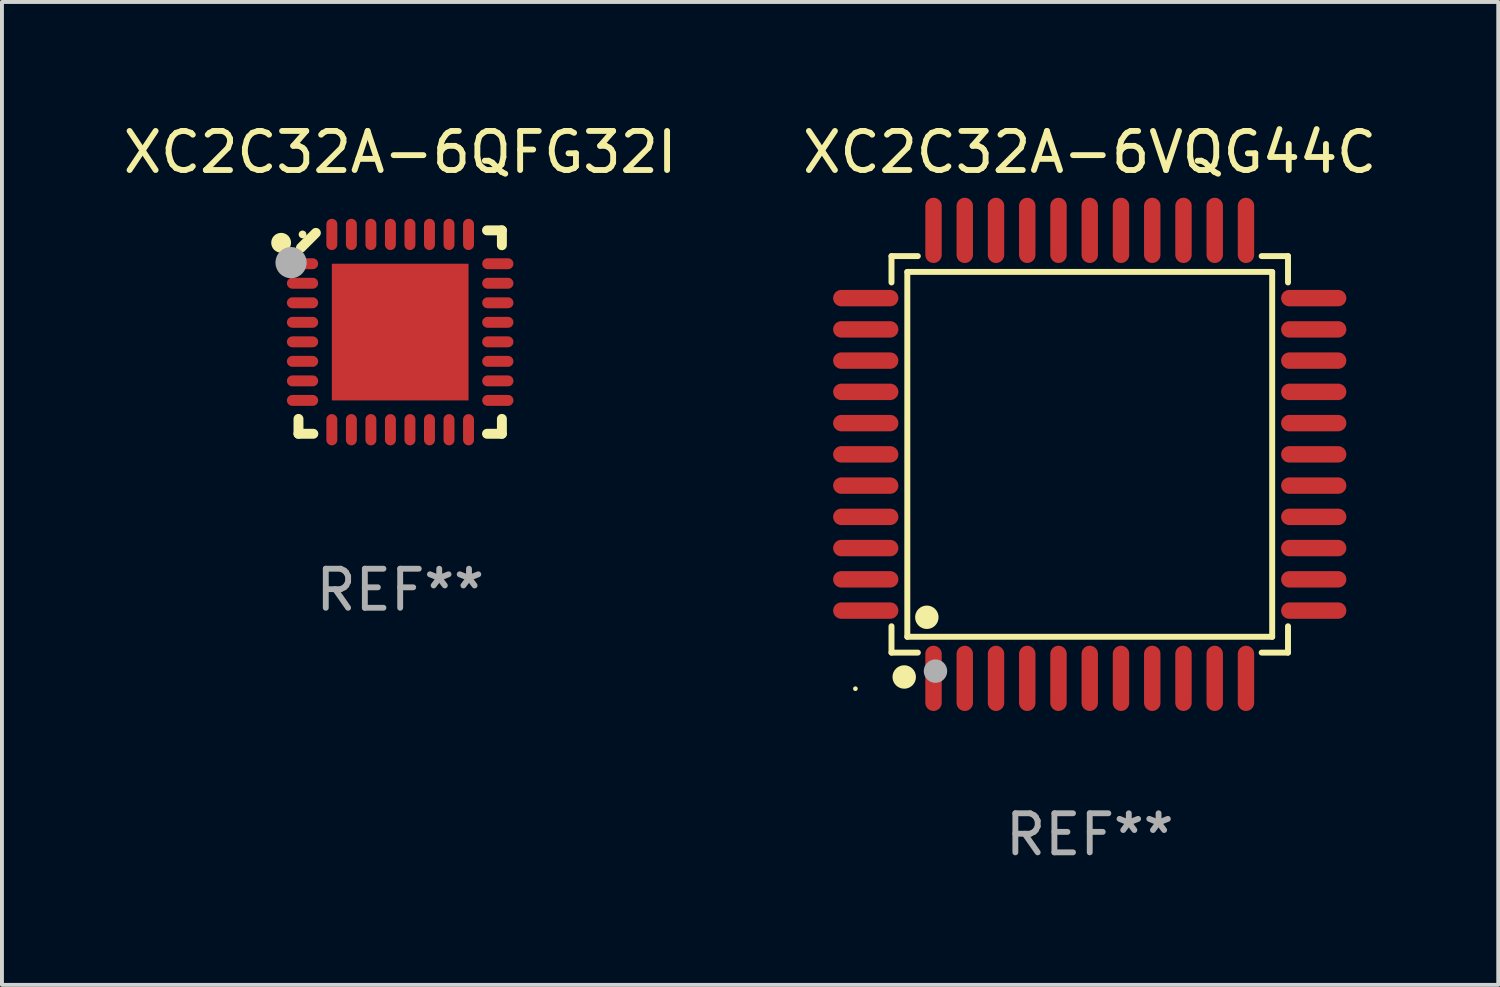
<source format=kicad_pcb>
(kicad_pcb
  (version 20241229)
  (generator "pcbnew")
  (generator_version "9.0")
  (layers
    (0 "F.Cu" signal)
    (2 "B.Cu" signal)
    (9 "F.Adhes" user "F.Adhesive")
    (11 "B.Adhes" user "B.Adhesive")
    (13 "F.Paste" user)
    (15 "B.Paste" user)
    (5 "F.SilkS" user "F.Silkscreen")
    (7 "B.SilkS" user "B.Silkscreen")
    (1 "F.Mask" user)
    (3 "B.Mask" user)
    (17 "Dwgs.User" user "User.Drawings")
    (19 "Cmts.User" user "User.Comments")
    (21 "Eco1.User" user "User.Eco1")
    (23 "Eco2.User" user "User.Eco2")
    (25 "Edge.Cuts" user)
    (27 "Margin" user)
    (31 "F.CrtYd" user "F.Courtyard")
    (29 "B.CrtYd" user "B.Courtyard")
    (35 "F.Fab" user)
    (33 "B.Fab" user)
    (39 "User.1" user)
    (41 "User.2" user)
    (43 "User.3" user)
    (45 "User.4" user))
  (footprint "XC2C32A-6VQG44C"
    (layer "F.Cu")
    (at 24.851 8.583)
    (property "Reference" "XC2C32A-6VQG44C" (at 0 -7.735 0) (layer "F.SilkS") (effects (font (size 1 1) (thickness 0.15))))
    (attr through_hole)
    (fp_line (start -5.076 -5.076) (end -4.401 -5.076) (stroke (width 0.152) (type solid)) (layer "F.SilkS"))
    (fp_line (start -5.076 -4.401) (end -5.076 -5.076) (stroke (width 0.152) (type solid)) (layer "F.SilkS"))
    (fp_line (start -5.076 4.401) (end -5.076 5.076) (stroke (width 0.152) (type solid)) (layer "F.SilkS"))
    (fp_line (start -5.076 5.076) (end -4.401 5.076) (stroke (width 0.152) (type solid)) (layer "F.SilkS"))
    (fp_line (start -4.671 -4.671) (end 4.671 -4.671) (stroke (width 0.152) (type solid)) (layer "F.SilkS"))
    (fp_line (start -4.671 4.671) (end -4.671 -4.671) (stroke (width 0.152) (type solid)) (layer "F.SilkS"))
    (fp_line (start 4.671 -4.671) (end 4.671 4.671) (stroke (width 0.152) (type solid)) (layer "F.SilkS"))
    (fp_line (start 4.671 4.671) (end -4.671 4.671) (stroke (width 0.152) (type solid)) (layer "F.SilkS"))
    (fp_line (start 5.076 -5.076) (end 4.401 -5.076) (stroke (width 0.152) (type solid)) (layer "F.SilkS"))
    (fp_line (start 5.076 -4.401) (end 5.076 -5.076) (stroke (width 0.152) (type solid)) (layer "F.SilkS"))
    (fp_line (start 5.076 4.401) (end 5.076 5.076) (stroke (width 0.152) (type solid)) (layer "F.SilkS"))
    (fp_line (start 5.076 5.076) (end 4.401 5.076) (stroke (width 0.152) (type solid)) (layer "F.SilkS"))
    (fp_circle (center -6 6) (end -5.97 6) (stroke (width 0.06) (type solid)) (fill no) (layer "F.SilkS"))
    (fp_circle (center -4.75 5.7) (end -4.6 5.7) (stroke (width 0.3) (type solid)) (fill no) (layer "F.SilkS"))
    (fp_circle (center -4.171 4.171) (end -4.021 4.171) (stroke (width 0.3) (type solid)) (fill no) (layer "F.SilkS"))
    (fp_circle (center -3.95 5.55) (end -3.8 5.55) (stroke (width 0.3) (type solid)) (fill no) (layer "F.Fab"))
    (fp_text user "REF**" (at 0 9.735 0) (layer "F.Fab") (effects (font (size 1 1) (thickness 0.15))))
    (pad "1" smd oval (at -4 5.735) (size 0.42 1.67) (layers "F.Cu" "F.Mask" "F.Paste"))
    (pad "2" smd oval (at -3.2 5.735) (size 0.42 1.67) (layers "F.Cu" "F.Mask" "F.Paste"))
    (pad "3" smd oval (at -2.4 5.735) (size 0.42 1.67) (layers "F.Cu" "F.Mask" "F.Paste"))
    (pad "4" smd oval (at -1.6 5.735) (size 0.42 1.67) (layers "F.Cu" "F.Mask" "F.Paste"))
    (pad "5" smd oval (at -0.8 5.735) (size 0.42 1.67) (layers "F.Cu" "F.Mask" "F.Paste"))
    (pad "6" smd oval (at 0 5.735) (size 0.42 1.67) (layers "F.Cu" "F.Mask" "F.Paste"))
    (pad "7" smd oval (at 0.8 5.735) (size 0.42 1.67) (layers "F.Cu" "F.Mask" "F.Paste"))
    (pad "8" smd oval (at 1.6 5.735) (size 0.42 1.67) (layers "F.Cu" "F.Mask" "F.Paste"))
    (pad "9" smd oval (at 2.4 5.735) (size 0.42 1.67) (layers "F.Cu" "F.Mask" "F.Paste"))
    (pad "10" smd oval (at 3.2 5.735) (size 0.42 1.67) (layers "F.Cu" "F.Mask" "F.Paste"))
    (pad "11" smd oval (at 4 5.735) (size 0.42 1.67) (layers "F.Cu" "F.Mask" "F.Paste"))
    (pad "12" smd oval (at 5.735 4) (size 1.67 0.42) (layers "F.Cu" "F.Mask" "F.Paste"))
    (pad "13" smd oval (at 5.735 3.2) (size 1.67 0.42) (layers "F.Cu" "F.Mask" "F.Paste"))
    (pad "14" smd oval (at 5.735 2.4) (size 1.67 0.42) (layers "F.Cu" "F.Mask" "F.Paste"))
    (pad "15" smd oval (at 5.735 1.6) (size 1.67 0.42) (layers "F.Cu" "F.Mask" "F.Paste"))
    (pad "16" smd oval (at 5.735 0.8) (size 1.67 0.42) (layers "F.Cu" "F.Mask" "F.Paste"))
    (pad "17" smd oval (at 5.735 0) (size 1.67 0.42) (layers "F.Cu" "F.Mask" "F.Paste"))
    (pad "18" smd oval (at 5.735 -0.8) (size 1.67 0.42) (layers "F.Cu" "F.Mask" "F.Paste"))
    (pad "19" smd oval (at 5.735 -1.6) (size 1.67 0.42) (layers "F.Cu" "F.Mask" "F.Paste"))
    (pad "20" smd oval (at 5.735 -2.4) (size 1.67 0.42) (layers "F.Cu" "F.Mask" "F.Paste"))
    (pad "21" smd oval (at 5.735 -3.2) (size 1.67 0.42) (layers "F.Cu" "F.Mask" "F.Paste"))
    (pad "22" smd oval (at 5.735 -4) (size 1.67 0.42) (layers "F.Cu" "F.Mask" "F.Paste"))
    (pad "23" smd oval (at 4 -5.735) (size 0.42 1.67) (layers "F.Cu" "F.Mask" "F.Paste"))
    (pad "24" smd oval (at 3.2 -5.735) (size 0.42 1.67) (layers "F.Cu" "F.Mask" "F.Paste"))
    (pad "25" smd oval (at 2.4 -5.735) (size 0.42 1.67) (layers "F.Cu" "F.Mask" "F.Paste"))
    (pad "26" smd oval (at 1.6 -5.735) (size 0.42 1.67) (layers "F.Cu" "F.Mask" "F.Paste"))
    (pad "27" smd oval (at 0.8 -5.735) (size 0.42 1.67) (layers "F.Cu" "F.Mask" "F.Paste"))
    (pad "28" smd oval (at 0 -5.735) (size 0.42 1.67) (layers "F.Cu" "F.Mask" "F.Paste"))
    (pad "29" smd oval (at -0.8 -5.735) (size 0.42 1.67) (layers "F.Cu" "F.Mask" "F.Paste"))
    (pad "30" smd oval (at -1.6 -5.735) (size 0.42 1.67) (layers "F.Cu" "F.Mask" "F.Paste"))
    (pad "31" smd oval (at -2.4 -5.735) (size 0.42 1.67) (layers "F.Cu" "F.Mask" "F.Paste"))
    (pad "32" smd oval (at -3.2 -5.735) (size 0.42 1.67) (layers "F.Cu" "F.Mask" "F.Paste"))
    (pad "33" smd oval (at -4 -5.735) (size 0.42 1.67) (layers "F.Cu" "F.Mask" "F.Paste"))
    (pad "34" smd oval (at -5.735 -4) (size 1.67 0.42) (layers "F.Cu" "F.Mask" "F.Paste"))
    (pad "35" smd oval (at -5.735 -3.2) (size 1.67 0.42) (layers "F.Cu" "F.Mask" "F.Paste"))
    (pad "36" smd oval (at -5.735 -2.4) (size 1.67 0.42) (layers "F.Cu" "F.Mask" "F.Paste"))
    (pad "37" smd oval (at -5.735 -1.6) (size 1.67 0.42) (layers "F.Cu" "F.Mask" "F.Paste"))
    (pad "38" smd oval (at -5.735 -0.8) (size 1.67 0.42) (layers "F.Cu" "F.Mask" "F.Paste"))
    (pad "39" smd oval (at -5.735 0) (size 1.67 0.42) (layers "F.Cu" "F.Mask" "F.Paste"))
    (pad "40" smd oval (at -5.735 0.8) (size 1.67 0.42) (layers "F.Cu" "F.Mask" "F.Paste"))
    (pad "41" smd oval (at -5.735 1.6) (size 1.67 0.42) (layers "F.Cu" "F.Mask" "F.Paste"))
    (pad "42" smd oval (at -5.735 2.4) (size 1.67 0.42) (layers "F.Cu" "F.Mask" "F.Paste"))
    (pad "43" smd oval (at -5.735 3.2) (size 1.67 0.42) (layers "F.Cu" "F.Mask" "F.Paste"))
    (pad "44" smd oval (at -5.735 4) (size 1.67 0.42) (layers "F.Cu" "F.Mask" "F.Paste")))
  (footprint "XC2C32A-6QFG32I"
    (layer "F.Cu")
    (at 7.196 5.452)
    (property "Reference" "XC2C32A-6QFG32I" (at 0 -4.604 0) (layer "F.SilkS") (effects (font (size 1 1) (thickness 0.15))))
    (attr through_hole)
    (fp_line (start -2.604 2.223) (end -2.604 2.604) (stroke (width 0.254) (type solid)) (layer "F.SilkS"))
    (fp_line (start -2.604 2.604) (end -2.223 2.604) (stroke (width 0.254) (type solid)) (layer "F.SilkS"))
    (fp_line (start -2.159 -2.54) (end -2.54 -2.159) (stroke (width 0.254) (type solid)) (layer "F.SilkS"))
    (fp_line (start 2.223 2.604) (end 2.604 2.604) (stroke (width 0.254) (type solid)) (layer "F.SilkS"))
    (fp_line (start 2.604 -2.604) (end 2.223 -2.604) (stroke (width 0.254) (type solid)) (layer "F.SilkS"))
    (fp_line (start 2.604 -2.223) (end 2.604 -2.604) (stroke (width 0.254) (type solid)) (layer "F.SilkS"))
    (fp_line (start 2.604 2.604) (end 2.604 2.223) (stroke (width 0.254) (type solid)) (layer "F.SilkS"))
    (fp_circle (center -3.048 -2.286) (end -2.921 -2.286) (stroke (width 0.254) (type solid)) (fill no) (layer "F.SilkS"))
    (fp_circle (center -2.5 -2.5) (end -2.45 -2.5) (stroke (width 0.1) (type solid)) (fill no) (layer "F.SilkS"))
    (fp_circle (center -2.794 -1.778) (end -2.594 -1.778) (stroke (width 0.4) (type solid)) (fill no) (layer "F.Fab"))
    (fp_text user "REF**" (at 0 6.604 0) (layer "F.Fab") (effects (font (size 1 1) (thickness 0.15))))
    (pad "1" smd oval (at -2.5 -1.75) (size 0.8 0.28) (layers "F.Cu" "F.Mask" "F.Paste"))
    (pad "2" smd oval (at -2.5 -1.25) (size 0.8 0.28) (layers "F.Cu" "F.Mask" "F.Paste"))
    (pad "3" smd oval (at -2.5 -0.75) (size 0.8 0.28) (layers "F.Cu" "F.Mask" "F.Paste"))
    (pad "4" smd oval (at -2.5 -0.25) (size 0.8 0.28) (layers "F.Cu" "F.Mask" "F.Paste"))
    (pad "5" smd oval (at -2.5 0.25) (size 0.8 0.28) (layers "F.Cu" "F.Mask" "F.Paste"))
    (pad "6" smd oval (at -2.5 0.75) (size 0.8 0.28) (layers "F.Cu" "F.Mask" "F.Paste"))
    (pad "7" smd oval (at -2.5 1.25) (size 0.8 0.28) (layers "F.Cu" "F.Mask" "F.Paste"))
    (pad "8" smd oval (at -2.5 1.75) (size 0.8 0.28) (layers "F.Cu" "F.Mask" "F.Paste"))
    (pad "9" smd oval (at -1.75 2.5) (size 0.28 0.8) (layers "F.Cu" "F.Mask" "F.Paste"))
    (pad "10" smd oval (at -1.25 2.5) (size 0.28 0.8) (layers "F.Cu" "F.Mask" "F.Paste"))
    (pad "11" smd oval (at -0.75 2.5) (size 0.28 0.8) (layers "F.Cu" "F.Mask" "F.Paste"))
    (pad "12" smd oval (at -0.25 2.5) (size 0.28 0.8) (layers "F.Cu" "F.Mask" "F.Paste"))
    (pad "13" smd oval (at 0.25 2.5) (size 0.28 0.8) (layers "F.Cu" "F.Mask" "F.Paste"))
    (pad "14" smd oval (at 0.75 2.5) (size 0.28 0.8) (layers "F.Cu" "F.Mask" "F.Paste"))
    (pad "15" smd oval (at 1.25 2.5) (size 0.28 0.8) (layers "F.Cu" "F.Mask" "F.Paste"))
    (pad "16" smd oval (at 1.75 2.5) (size 0.28 0.8) (layers "F.Cu" "F.Mask" "F.Paste"))
    (pad "17" smd oval (at 2.5 1.75) (size 0.8 0.28) (layers "F.Cu" "F.Mask" "F.Paste"))
    (pad "18" smd oval (at 2.5 1.25) (size 0.8 0.28) (layers "F.Cu" "F.Mask" "F.Paste"))
    (pad "19" smd oval (at 2.5 0.75) (size 0.8 0.28) (layers "F.Cu" "F.Mask" "F.Paste"))
    (pad "20" smd oval (at 2.5 0.25) (size 0.8 0.28) (layers "F.Cu" "F.Mask" "F.Paste"))
    (pad "21" smd oval (at 2.5 -0.25) (size 0.8 0.28) (layers "F.Cu" "F.Mask" "F.Paste"))
    (pad "22" smd oval (at 2.5 -0.75) (size 0.8 0.28) (layers "F.Cu" "F.Mask" "F.Paste"))
    (pad "23" smd oval (at 2.5 -1.25) (size 0.8 0.28) (layers "F.Cu" "F.Mask" "F.Paste"))
    (pad "24" smd oval (at 2.5 -1.75) (size 0.8 0.28) (layers "F.Cu" "F.Mask" "F.Paste"))
    (pad "25" smd oval (at 1.75 -2.5) (size 0.28 0.8) (layers "F.Cu" "F.Mask" "F.Paste"))
    (pad "26" smd oval (at 1.25 -2.5) (size 0.28 0.8) (layers "F.Cu" "F.Mask" "F.Paste"))
    (pad "27" smd oval (at 0.75 -2.5) (size 0.28 0.8) (layers "F.Cu" "F.Mask" "F.Paste"))
    (pad "28" smd oval (at 0.25 -2.5) (size 0.28 0.8) (layers "F.Cu" "F.Mask" "F.Paste"))
    (pad "29" smd oval (at -0.25 -2.5) (size 0.28 0.8) (layers "F.Cu" "F.Mask" "F.Paste"))
    (pad "30" smd oval (at -0.75 -2.5) (size 0.28 0.8) (layers "F.Cu" "F.Mask" "F.Paste"))
    (pad "31" smd oval (at -1.25 -2.5) (size 0.28 0.8) (layers "F.Cu" "F.Mask" "F.Paste"))
    (pad "32" smd oval (at -1.75 -2.5) (size 0.28 0.8) (layers "F.Cu" "F.Mask" "F.Paste"))
    (pad "33" smd rect (at 0.000076 0.000076) (size 3.5 3.5) (layers "F.Cu" "F.Mask" "F.Paste")))
  (gr_rect
    (start -3 -3)
    (end 35.31 22.167)
    (stroke (width 0.1) (type default))
    (fill no)
    (layer "Edge.Cuts")))
</source>
